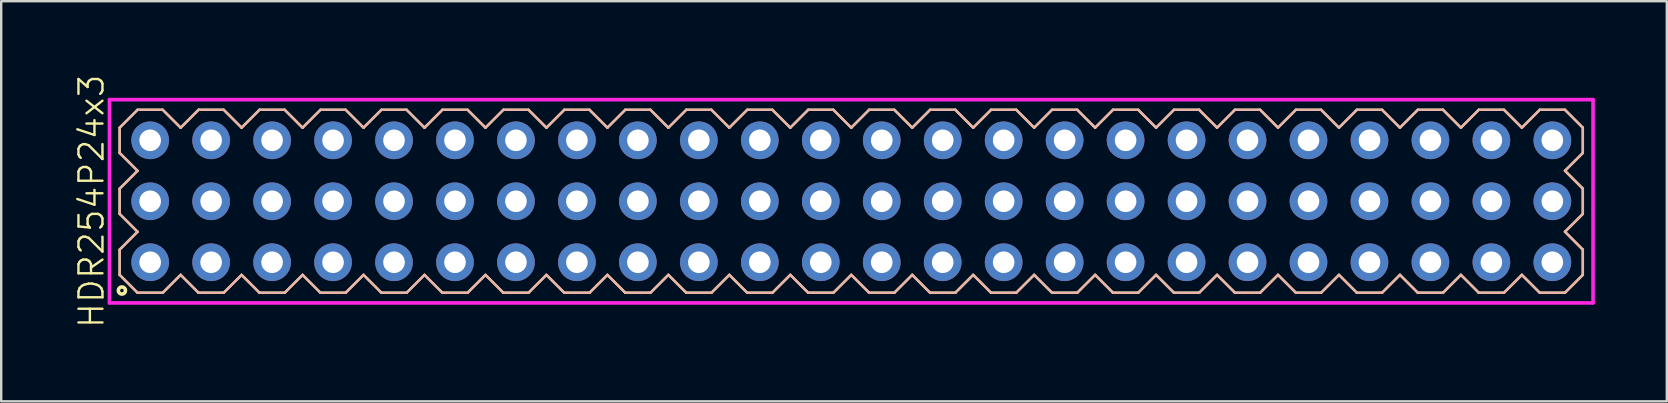
<source format=kicad_pcb>
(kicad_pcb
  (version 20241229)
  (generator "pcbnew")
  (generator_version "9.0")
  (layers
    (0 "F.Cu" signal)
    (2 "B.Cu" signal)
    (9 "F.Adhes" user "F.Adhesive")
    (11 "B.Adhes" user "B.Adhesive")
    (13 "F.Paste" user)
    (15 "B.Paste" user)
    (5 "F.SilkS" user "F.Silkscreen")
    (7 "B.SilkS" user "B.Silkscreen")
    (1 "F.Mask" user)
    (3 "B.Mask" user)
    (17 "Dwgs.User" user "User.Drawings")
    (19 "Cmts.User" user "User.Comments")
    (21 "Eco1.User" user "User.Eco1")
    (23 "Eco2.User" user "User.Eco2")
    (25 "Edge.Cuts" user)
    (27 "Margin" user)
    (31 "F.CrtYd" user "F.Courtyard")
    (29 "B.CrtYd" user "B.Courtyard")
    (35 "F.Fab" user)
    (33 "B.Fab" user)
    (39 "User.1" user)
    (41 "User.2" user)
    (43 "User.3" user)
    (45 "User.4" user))
  (footprint "HDR254P24x3"
    (layer "F.Cu")
    (at 32.416 5.336)
    (property "Reference" "HDR254P24x3" (at -31.655 0 90) (layer "F.SilkS") (effects (font (size 1 1) (thickness 0.1))))
    (attr through_hole)
    (fp_line (start -30.48 -3.066) (end -29.736 -3.81) (stroke (width 0.1) (type solid)) (layer "F.SilkS"))
    (fp_line (start -30.48 -2.014) (end -30.48 -3.066) (stroke (width 0.1) (type solid)) (layer "F.SilkS"))
    (fp_line (start -30.48 -0.526) (end -29.736 -1.27) (stroke (width 0.1) (type solid)) (layer "F.SilkS"))
    (fp_line (start -30.48 0.526) (end -30.48 -0.526) (stroke (width 0.1) (type solid)) (layer "F.SilkS"))
    (fp_line (start -30.48 2.014) (end -29.736 1.27) (stroke (width 0.1) (type solid)) (layer "F.SilkS"))
    (fp_line (start -30.48 3.066) (end -30.48 2.014) (stroke (width 0.1) (type solid)) (layer "F.SilkS"))
    (fp_line (start -29.736 -3.81) (end -28.684 -3.81) (stroke (width 0.1) (type solid)) (layer "F.SilkS"))
    (fp_line (start -29.736 -1.27) (end -30.48 -2.014) (stroke (width 0.1) (type solid)) (layer "F.SilkS"))
    (fp_line (start -29.736 1.27) (end -30.48 0.526) (stroke (width 0.1) (type solid)) (layer "F.SilkS"))
    (fp_line (start -29.736 3.81) (end -30.48 3.066) (stroke (width 0.1) (type solid)) (layer "F.SilkS"))
    (fp_line (start -28.684 -3.81) (end -27.94 -3.066) (stroke (width 0.1) (type solid)) (layer "F.SilkS"))
    (fp_line (start -28.684 3.81) (end -29.736 3.81) (stroke (width 0.1) (type solid)) (layer "F.SilkS"))
    (fp_line (start -27.94 -3.066) (end -27.196 -3.81) (stroke (width 0.1) (type solid)) (layer "F.SilkS"))
    (fp_line (start -27.94 3.066) (end -28.684 3.81) (stroke (width 0.1) (type solid)) (layer "F.SilkS"))
    (fp_line (start -27.196 -3.81) (end -26.144 -3.81) (stroke (width 0.1) (type solid)) (layer "F.SilkS"))
    (fp_line (start -27.196 3.81) (end -27.94 3.066) (stroke (width 0.1) (type solid)) (layer "F.SilkS"))
    (fp_line (start -26.144 -3.81) (end -25.4 -3.066) (stroke (width 0.1) (type solid)) (layer "F.SilkS"))
    (fp_line (start -26.144 3.81) (end -27.196 3.81) (stroke (width 0.1) (type solid)) (layer "F.SilkS"))
    (fp_line (start -25.4 -3.066) (end -24.656 -3.81) (stroke (width 0.1) (type solid)) (layer "F.SilkS"))
    (fp_line (start -25.4 3.066) (end -26.144 3.81) (stroke (width 0.1) (type solid)) (layer "F.SilkS"))
    (fp_line (start -24.656 -3.81) (end -23.604 -3.81) (stroke (width 0.1) (type solid)) (layer "F.SilkS"))
    (fp_line (start -24.656 3.81) (end -25.4 3.066) (stroke (width 0.1) (type solid)) (layer "F.SilkS"))
    (fp_line (start -23.604 -3.81) (end -22.86 -3.066) (stroke (width 0.1) (type solid)) (layer "F.SilkS"))
    (fp_line (start -23.604 3.81) (end -24.656 3.81) (stroke (width 0.1) (type solid)) (layer "F.SilkS"))
    (fp_line (start -22.86 -3.066) (end -22.116 -3.81) (stroke (width 0.1) (type solid)) (layer "F.SilkS"))
    (fp_line (start -22.86 3.066) (end -23.604 3.81) (stroke (width 0.1) (type solid)) (layer "F.SilkS"))
    (fp_line (start -22.116 -3.81) (end -21.064 -3.81) (stroke (width 0.1) (type solid)) (layer "F.SilkS"))
    (fp_line (start -22.116 3.81) (end -22.86 3.066) (stroke (width 0.1) (type solid)) (layer "F.SilkS"))
    (fp_line (start -21.064 -3.81) (end -20.32 -3.066) (stroke (width 0.1) (type solid)) (layer "F.SilkS"))
    (fp_line (start -21.064 3.81) (end -22.116 3.81) (stroke (width 0.1) (type solid)) (layer "F.SilkS"))
    (fp_line (start -20.32 -3.066) (end -19.576 -3.81) (stroke (width 0.1) (type solid)) (layer "F.SilkS"))
    (fp_line (start -20.32 3.066) (end -21.064 3.81) (stroke (width 0.1) (type solid)) (layer "F.SilkS"))
    (fp_line (start -19.576 -3.81) (end -18.524 -3.81) (stroke (width 0.1) (type solid)) (layer "F.SilkS"))
    (fp_line (start -19.576 3.81) (end -20.32 3.066) (stroke (width 0.1) (type solid)) (layer "F.SilkS"))
    (fp_line (start -18.524 -3.81) (end -17.78 -3.066) (stroke (width 0.1) (type solid)) (layer "F.SilkS"))
    (fp_line (start -18.524 3.81) (end -19.576 3.81) (stroke (width 0.1) (type solid)) (layer "F.SilkS"))
    (fp_line (start -17.78 -3.066) (end -17.036 -3.81) (stroke (width 0.1) (type solid)) (layer "F.SilkS"))
    (fp_line (start -17.78 3.066) (end -18.524 3.81) (stroke (width 0.1) (type solid)) (layer "F.SilkS"))
    (fp_line (start -17.036 -3.81) (end -15.984 -3.81) (stroke (width 0.1) (type solid)) (layer "F.SilkS"))
    (fp_line (start -17.036 3.81) (end -17.78 3.066) (stroke (width 0.1) (type solid)) (layer "F.SilkS"))
    (fp_line (start -15.984 -3.81) (end -15.24 -3.066) (stroke (width 0.1) (type solid)) (layer "F.SilkS"))
    (fp_line (start -15.984 3.81) (end -17.036 3.81) (stroke (width 0.1) (type solid)) (layer "F.SilkS"))
    (fp_line (start -15.24 -3.066) (end -14.496 -3.81) (stroke (width 0.1) (type solid)) (layer "F.SilkS"))
    (fp_line (start -15.24 3.066) (end -15.984 3.81) (stroke (width 0.1) (type solid)) (layer "F.SilkS"))
    (fp_line (start -14.496 -3.81) (end -13.444 -3.81) (stroke (width 0.1) (type solid)) (layer "F.SilkS"))
    (fp_line (start -14.496 3.81) (end -15.24 3.066) (stroke (width 0.1) (type solid)) (layer "F.SilkS"))
    (fp_line (start -13.444 -3.81) (end -12.7 -3.066) (stroke (width 0.1) (type solid)) (layer "F.SilkS"))
    (fp_line (start -13.444 3.81) (end -14.496 3.81) (stroke (width 0.1) (type solid)) (layer "F.SilkS"))
    (fp_line (start -12.7 -3.066) (end -11.956 -3.81) (stroke (width 0.1) (type solid)) (layer "F.SilkS"))
    (fp_line (start -12.7 3.066) (end -13.444 3.81) (stroke (width 0.1) (type solid)) (layer "F.SilkS"))
    (fp_line (start -11.956 -3.81) (end -10.904 -3.81) (stroke (width 0.1) (type solid)) (layer "F.SilkS"))
    (fp_line (start -11.956 3.81) (end -12.7 3.066) (stroke (width 0.1) (type solid)) (layer "F.SilkS"))
    (fp_line (start -10.904 -3.81) (end -10.16 -3.066) (stroke (width 0.1) (type solid)) (layer "F.SilkS"))
    (fp_line (start -10.904 3.81) (end -11.956 3.81) (stroke (width 0.1) (type solid)) (layer "F.SilkS"))
    (fp_line (start -10.16 -3.066) (end -9.416 -3.81) (stroke (width 0.1) (type solid)) (layer "F.SilkS"))
    (fp_line (start -10.16 3.066) (end -10.904 3.81) (stroke (width 0.1) (type solid)) (layer "F.SilkS"))
    (fp_line (start -9.416 -3.81) (end -8.364 -3.81) (stroke (width 0.1) (type solid)) (layer "F.SilkS"))
    (fp_line (start -9.416 3.81) (end -10.16 3.066) (stroke (width 0.1) (type solid)) (layer "F.SilkS"))
    (fp_line (start -8.364 -3.81) (end -7.62 -3.066) (stroke (width 0.1) (type solid)) (layer "F.SilkS"))
    (fp_line (start -8.364 3.81) (end -9.416 3.81) (stroke (width 0.1) (type solid)) (layer "F.SilkS"))
    (fp_line (start -7.62 -3.066) (end -6.876 -3.81) (stroke (width 0.1) (type solid)) (layer "F.SilkS"))
    (fp_line (start -7.62 3.066) (end -8.364 3.81) (stroke (width 0.1) (type solid)) (layer "F.SilkS"))
    (fp_line (start -6.876 -3.81) (end -5.824 -3.81) (stroke (width 0.1) (type solid)) (layer "F.SilkS"))
    (fp_line (start -6.876 3.81) (end -7.62 3.066) (stroke (width 0.1) (type solid)) (layer "F.SilkS"))
    (fp_line (start -5.824 -3.81) (end -5.08 -3.066) (stroke (width 0.1) (type solid)) (layer "F.SilkS"))
    (fp_line (start -5.824 3.81) (end -6.876 3.81) (stroke (width 0.1) (type solid)) (layer "F.SilkS"))
    (fp_line (start -5.08 -3.066) (end -4.336 -3.81) (stroke (width 0.1) (type solid)) (layer "F.SilkS"))
    (fp_line (start -5.08 3.066) (end -5.824 3.81) (stroke (width 0.1) (type solid)) (layer "F.SilkS"))
    (fp_line (start -4.336 -3.81) (end -3.284 -3.81) (stroke (width 0.1) (type solid)) (layer "F.SilkS"))
    (fp_line (start -4.336 3.81) (end -5.08 3.066) (stroke (width 0.1) (type solid)) (layer "F.SilkS"))
    (fp_line (start -3.284 -3.81) (end -2.54 -3.066) (stroke (width 0.1) (type solid)) (layer "F.SilkS"))
    (fp_line (start -3.284 3.81) (end -4.336 3.81) (stroke (width 0.1) (type solid)) (layer "F.SilkS"))
    (fp_line (start -2.54 -3.066) (end -1.796 -3.81) (stroke (width 0.1) (type solid)) (layer "F.SilkS"))
    (fp_line (start -2.54 3.066) (end -3.284 3.81) (stroke (width 0.1) (type solid)) (layer "F.SilkS"))
    (fp_line (start -1.796 -3.81) (end -0.744 -3.81) (stroke (width 0.1) (type solid)) (layer "F.SilkS"))
    (fp_line (start -1.796 3.81) (end -2.54 3.066) (stroke (width 0.1) (type solid)) (layer "F.SilkS"))
    (fp_line (start -0.744 -3.81) (end 0 -3.066) (stroke (width 0.1) (type solid)) (layer "F.SilkS"))
    (fp_line (start -0.744 3.81) (end -1.796 3.81) (stroke (width 0.1) (type solid)) (layer "F.SilkS"))
    (fp_line (start 0 -3.066) (end 0.744 -3.81) (stroke (width 0.1) (type solid)) (layer "F.SilkS"))
    (fp_line (start 0 3.066) (end -0.744 3.81) (stroke (width 0.1) (type solid)) (layer "F.SilkS"))
    (fp_line (start 0.744 -3.81) (end 1.796 -3.81) (stroke (width 0.1) (type solid)) (layer "F.SilkS"))
    (fp_line (start 0.744 3.81) (end 0 3.066) (stroke (width 0.1) (type solid)) (layer "F.SilkS"))
    (fp_line (start 1.796 -3.81) (end 2.54 -3.066) (stroke (width 0.1) (type solid)) (layer "F.SilkS"))
    (fp_line (start 1.796 3.81) (end 0.744 3.81) (stroke (width 0.1) (type solid)) (layer "F.SilkS"))
    (fp_line (start 2.54 -3.066) (end 3.284 -3.81) (stroke (width 0.1) (type solid)) (layer "F.SilkS"))
    (fp_line (start 2.54 3.066) (end 1.796 3.81) (stroke (width 0.1) (type solid)) (layer "F.SilkS"))
    (fp_line (start 3.284 -3.81) (end 4.336 -3.81) (stroke (width 0.1) (type solid)) (layer "F.SilkS"))
    (fp_line (start 3.284 3.81) (end 2.54 3.066) (stroke (width 0.1) (type solid)) (layer "F.SilkS"))
    (fp_line (start 4.336 -3.81) (end 5.08 -3.066) (stroke (width 0.1) (type solid)) (layer "F.SilkS"))
    (fp_line (start 4.336 3.81) (end 3.284 3.81) (stroke (width 0.1) (type solid)) (layer "F.SilkS"))
    (fp_line (start 5.08 -3.066) (end 5.824 -3.81) (stroke (width 0.1) (type solid)) (layer "F.SilkS"))
    (fp_line (start 5.08 3.066) (end 4.336 3.81) (stroke (width 0.1) (type solid)) (layer "F.SilkS"))
    (fp_line (start 5.824 -3.81) (end 6.876 -3.81) (stroke (width 0.1) (type solid)) (layer "F.SilkS"))
    (fp_line (start 5.824 3.81) (end 5.08 3.066) (stroke (width 0.1) (type solid)) (layer "F.SilkS"))
    (fp_line (start 6.876 -3.81) (end 7.62 -3.066) (stroke (width 0.1) (type solid)) (layer "F.SilkS"))
    (fp_line (start 6.876 3.81) (end 5.824 3.81) (stroke (width 0.1) (type solid)) (layer "F.SilkS"))
    (fp_line (start 7.62 -3.066) (end 8.364 -3.81) (stroke (width 0.1) (type solid)) (layer "F.SilkS"))
    (fp_line (start 7.62 3.066) (end 6.876 3.81) (stroke (width 0.1) (type solid)) (layer "F.SilkS"))
    (fp_line (start 8.364 -3.81) (end 9.416 -3.81) (stroke (width 0.1) (type solid)) (layer "F.SilkS"))
    (fp_line (start 8.364 3.81) (end 7.62 3.066) (stroke (width 0.1) (type solid)) (layer "F.SilkS"))
    (fp_line (start 9.416 -3.81) (end 10.16 -3.066) (stroke (width 0.1) (type solid)) (layer "F.SilkS"))
    (fp_line (start 9.416 3.81) (end 8.364 3.81) (stroke (width 0.1) (type solid)) (layer "F.SilkS"))
    (fp_line (start 10.16 -3.066) (end 10.904 -3.81) (stroke (width 0.1) (type solid)) (layer "F.SilkS"))
    (fp_line (start 10.16 3.066) (end 9.416 3.81) (stroke (width 0.1) (type solid)) (layer "F.SilkS"))
    (fp_line (start 10.904 -3.81) (end 11.956 -3.81) (stroke (width 0.1) (type solid)) (layer "F.SilkS"))
    (fp_line (start 10.904 3.81) (end 10.16 3.066) (stroke (width 0.1) (type solid)) (layer "F.SilkS"))
    (fp_line (start 11.956 -3.81) (end 12.7 -3.066) (stroke (width 0.1) (type solid)) (layer "F.SilkS"))
    (fp_line (start 11.956 3.81) (end 10.904 3.81) (stroke (width 0.1) (type solid)) (layer "F.SilkS"))
    (fp_line (start 12.7 -3.066) (end 13.444 -3.81) (stroke (width 0.1) (type solid)) (layer "F.SilkS"))
    (fp_line (start 12.7 3.066) (end 11.956 3.81) (stroke (width 0.1) (type solid)) (layer "F.SilkS"))
    (fp_line (start 13.444 -3.81) (end 14.496 -3.81) (stroke (width 0.1) (type solid)) (layer "F.SilkS"))
    (fp_line (start 13.444 3.81) (end 12.7 3.066) (stroke (width 0.1) (type solid)) (layer "F.SilkS"))
    (fp_line (start 14.496 -3.81) (end 15.24 -3.066) (stroke (width 0.1) (type solid)) (layer "F.SilkS"))
    (fp_line (start 14.496 3.81) (end 13.444 3.81) (stroke (width 0.1) (type solid)) (layer "F.SilkS"))
    (fp_line (start 15.24 -3.066) (end 15.984 -3.81) (stroke (width 0.1) (type solid)) (layer "F.SilkS"))
    (fp_line (start 15.24 3.066) (end 14.496 3.81) (stroke (width 0.1) (type solid)) (layer "F.SilkS"))
    (fp_line (start 15.984 -3.81) (end 17.036 -3.81) (stroke (width 0.1) (type solid)) (layer "F.SilkS"))
    (fp_line (start 15.984 3.81) (end 15.24 3.066) (stroke (width 0.1) (type solid)) (layer "F.SilkS"))
    (fp_line (start 17.036 -3.81) (end 17.78 -3.066) (stroke (width 0.1) (type solid)) (layer "F.SilkS"))
    (fp_line (start 17.036 3.81) (end 15.984 3.81) (stroke (width 0.1) (type solid)) (layer "F.SilkS"))
    (fp_line (start 17.78 -3.066) (end 18.524 -3.81) (stroke (width 0.1) (type solid)) (layer "F.SilkS"))
    (fp_line (start 17.78 3.066) (end 17.036 3.81) (stroke (width 0.1) (type solid)) (layer "F.SilkS"))
    (fp_line (start 18.524 -3.81) (end 19.576 -3.81) (stroke (width 0.1) (type solid)) (layer "F.SilkS"))
    (fp_line (start 18.524 3.81) (end 17.78 3.066) (stroke (width 0.1) (type solid)) (layer "F.SilkS"))
    (fp_line (start 19.576 -3.81) (end 20.32 -3.066) (stroke (width 0.1) (type solid)) (layer "F.SilkS"))
    (fp_line (start 19.576 3.81) (end 18.524 3.81) (stroke (width 0.1) (type solid)) (layer "F.SilkS"))
    (fp_line (start 20.32 -3.066) (end 21.064 -3.81) (stroke (width 0.1) (type solid)) (layer "F.SilkS"))
    (fp_line (start 20.32 3.066) (end 19.576 3.81) (stroke (width 0.1) (type solid)) (layer "F.SilkS"))
    (fp_line (start 21.064 -3.81) (end 22.116 -3.81) (stroke (width 0.1) (type solid)) (layer "F.SilkS"))
    (fp_line (start 21.064 3.81) (end 20.32 3.066) (stroke (width 0.1) (type solid)) (layer "F.SilkS"))
    (fp_line (start 22.116 -3.81) (end 22.86 -3.066) (stroke (width 0.1) (type solid)) (layer "F.SilkS"))
    (fp_line (start 22.116 3.81) (end 21.064 3.81) (stroke (width 0.1) (type solid)) (layer "F.SilkS"))
    (fp_line (start 22.86 -3.066) (end 23.604 -3.81) (stroke (width 0.1) (type solid)) (layer "F.SilkS"))
    (fp_line (start 22.86 3.066) (end 22.116 3.81) (stroke (width 0.1) (type solid)) (layer "F.SilkS"))
    (fp_line (start 23.604 -3.81) (end 24.656 -3.81) (stroke (width 0.1) (type solid)) (layer "F.SilkS"))
    (fp_line (start 23.604 3.81) (end 22.86 3.066) (stroke (width 0.1) (type solid)) (layer "F.SilkS"))
    (fp_line (start 24.656 -3.81) (end 25.4 -3.066) (stroke (width 0.1) (type solid)) (layer "F.SilkS"))
    (fp_line (start 24.656 3.81) (end 23.604 3.81) (stroke (width 0.1) (type solid)) (layer "F.SilkS"))
    (fp_line (start 25.4 -3.066) (end 26.144 -3.81) (stroke (width 0.1) (type solid)) (layer "F.SilkS"))
    (fp_line (start 25.4 3.066) (end 24.656 3.81) (stroke (width 0.1) (type solid)) (layer "F.SilkS"))
    (fp_line (start 26.144 -3.81) (end 27.196 -3.81) (stroke (width 0.1) (type solid)) (layer "F.SilkS"))
    (fp_line (start 26.144 3.81) (end 25.4 3.066) (stroke (width 0.1) (type solid)) (layer "F.SilkS"))
    (fp_line (start 27.196 -3.81) (end 27.94 -3.066) (stroke (width 0.1) (type solid)) (layer "F.SilkS"))
    (fp_line (start 27.196 3.81) (end 26.144 3.81) (stroke (width 0.1) (type solid)) (layer "F.SilkS"))
    (fp_line (start 27.94 -3.066) (end 28.684 -3.81) (stroke (width 0.1) (type solid)) (layer "F.SilkS"))
    (fp_line (start 27.94 3.066) (end 27.196 3.81) (stroke (width 0.1) (type solid)) (layer "F.SilkS"))
    (fp_line (start 28.684 -3.81) (end 29.736 -3.81) (stroke (width 0.1) (type solid)) (layer "F.SilkS"))
    (fp_line (start 28.684 3.81) (end 27.94 3.066) (stroke (width 0.1) (type solid)) (layer "F.SilkS"))
    (fp_line (start 29.736 -3.81) (end 30.48 -3.066) (stroke (width 0.1) (type solid)) (layer "F.SilkS"))
    (fp_line (start 29.736 -1.27) (end 30.48 -0.526) (stroke (width 0.1) (type solid)) (layer "F.SilkS"))
    (fp_line (start 29.736 1.27) (end 30.48 2.014) (stroke (width 0.1) (type solid)) (layer "F.SilkS"))
    (fp_line (start 29.736 3.81) (end 28.684 3.81) (stroke (width 0.1) (type solid)) (layer "F.SilkS"))
    (fp_line (start 30.48 -3.066) (end 30.48 -2.014) (stroke (width 0.1) (type solid)) (layer "F.SilkS"))
    (fp_line (start 30.48 -2.014) (end 29.736 -1.27) (stroke (width 0.1) (type solid)) (layer "F.SilkS"))
    (fp_line (start 30.48 -0.526) (end 30.48 0.526) (stroke (width 0.1) (type solid)) (layer "F.SilkS"))
    (fp_line (start 30.48 0.526) (end 29.736 1.27) (stroke (width 0.1) (type solid)) (layer "F.SilkS"))
    (fp_line (start 30.48 2.014) (end 30.48 3.066) (stroke (width 0.1) (type solid)) (layer "F.SilkS"))
    (fp_line (start 30.48 3.066) (end 29.736 3.81) (stroke (width 0.1) (type solid)) (layer "F.SilkS"))
    (fp_circle (center -30.387 3.718) (end -30.238 3.718) (stroke (width 0.15) (type solid)) (fill no) (layer "F.SilkS"))
    (fp_line (start -30.48 -3.066) (end -29.736 -3.81) (stroke (width 0.1) (type solid)) (layer "B.SilkS"))
    (fp_line (start -30.48 -2.014) (end -30.48 -3.066) (stroke (width 0.1) (type solid)) (layer "B.SilkS"))
    (fp_line (start -30.48 -0.526) (end -29.736 -1.27) (stroke (width 0.1) (type solid)) (layer "B.SilkS"))
    (fp_line (start -30.48 0.526) (end -30.48 -0.526) (stroke (width 0.1) (type solid)) (layer "B.SilkS"))
    (fp_line (start -30.48 2.014) (end -29.736 1.27) (stroke (width 0.1) (type solid)) (layer "B.SilkS"))
    (fp_line (start -30.48 3.066) (end -30.48 2.014) (stroke (width 0.1) (type solid)) (layer "B.SilkS"))
    (fp_line (start -29.736 -3.81) (end -28.684 -3.81) (stroke (width 0.1) (type solid)) (layer "B.SilkS"))
    (fp_line (start -29.736 -1.27) (end -30.48 -2.014) (stroke (width 0.1) (type solid)) (layer "B.SilkS"))
    (fp_line (start -29.736 1.27) (end -30.48 0.526) (stroke (width 0.1) (type solid)) (layer "B.SilkS"))
    (fp_line (start -29.736 3.81) (end -30.48 3.066) (stroke (width 0.1) (type solid)) (layer "B.SilkS"))
    (fp_line (start -28.684 -3.81) (end -27.94 -3.066) (stroke (width 0.1) (type solid)) (layer "B.SilkS"))
    (fp_line (start -28.684 3.81) (end -29.736 3.81) (stroke (width 0.1) (type solid)) (layer "B.SilkS"))
    (fp_line (start -27.94 -3.066) (end -27.196 -3.81) (stroke (width 0.1) (type solid)) (layer "B.SilkS"))
    (fp_line (start -27.94 3.066) (end -28.684 3.81) (stroke (width 0.1) (type solid)) (layer "B.SilkS"))
    (fp_line (start -27.196 -3.81) (end -26.144 -3.81) (stroke (width 0.1) (type solid)) (layer "B.SilkS"))
    (fp_line (start -27.196 3.81) (end -27.94 3.066) (stroke (width 0.1) (type solid)) (layer "B.SilkS"))
    (fp_line (start -26.144 -3.81) (end -25.4 -3.066) (stroke (width 0.1) (type solid)) (layer "B.SilkS"))
    (fp_line (start -26.144 3.81) (end -27.196 3.81) (stroke (width 0.1) (type solid)) (layer "B.SilkS"))
    (fp_line (start -25.4 -3.066) (end -24.656 -3.81) (stroke (width 0.1) (type solid)) (layer "B.SilkS"))
    (fp_line (start -25.4 3.066) (end -26.144 3.81) (stroke (width 0.1) (type solid)) (layer "B.SilkS"))
    (fp_line (start -24.656 -3.81) (end -23.604 -3.81) (stroke (width 0.1) (type solid)) (layer "B.SilkS"))
    (fp_line (start -24.656 3.81) (end -25.4 3.066) (stroke (width 0.1) (type solid)) (layer "B.SilkS"))
    (fp_line (start -23.604 -3.81) (end -22.86 -3.066) (stroke (width 0.1) (type solid)) (layer "B.SilkS"))
    (fp_line (start -23.604 3.81) (end -24.656 3.81) (stroke (width 0.1) (type solid)) (layer "B.SilkS"))
    (fp_line (start -22.86 -3.066) (end -22.116 -3.81) (stroke (width 0.1) (type solid)) (layer "B.SilkS"))
    (fp_line (start -22.86 3.066) (end -23.604 3.81) (stroke (width 0.1) (type solid)) (layer "B.SilkS"))
    (fp_line (start -22.116 -3.81) (end -21.064 -3.81) (stroke (width 0.1) (type solid)) (layer "B.SilkS"))
    (fp_line (start -22.116 3.81) (end -22.86 3.066) (stroke (width 0.1) (type solid)) (layer "B.SilkS"))
    (fp_line (start -21.064 -3.81) (end -20.32 -3.066) (stroke (width 0.1) (type solid)) (layer "B.SilkS"))
    (fp_line (start -21.064 3.81) (end -22.116 3.81) (stroke (width 0.1) (type solid)) (layer "B.SilkS"))
    (fp_line (start -20.32 -3.066) (end -19.576 -3.81) (stroke (width 0.1) (type solid)) (layer "B.SilkS"))
    (fp_line (start -20.32 3.066) (end -21.064 3.81) (stroke (width 0.1) (type solid)) (layer "B.SilkS"))
    (fp_line (start -19.576 -3.81) (end -18.524 -3.81) (stroke (width 0.1) (type solid)) (layer "B.SilkS"))
    (fp_line (start -19.576 3.81) (end -20.32 3.066) (stroke (width 0.1) (type solid)) (layer "B.SilkS"))
    (fp_line (start -18.524 -3.81) (end -17.78 -3.066) (stroke (width 0.1) (type solid)) (layer "B.SilkS"))
    (fp_line (start -18.524 3.81) (end -19.576 3.81) (stroke (width 0.1) (type solid)) (layer "B.SilkS"))
    (fp_line (start -17.78 -3.066) (end -17.036 -3.81) (stroke (width 0.1) (type solid)) (layer "B.SilkS"))
    (fp_line (start -17.78 3.066) (end -18.524 3.81) (stroke (width 0.1) (type solid)) (layer "B.SilkS"))
    (fp_line (start -17.036 -3.81) (end -15.984 -3.81) (stroke (width 0.1) (type solid)) (layer "B.SilkS"))
    (fp_line (start -17.036 3.81) (end -17.78 3.066) (stroke (width 0.1) (type solid)) (layer "B.SilkS"))
    (fp_line (start -15.984 -3.81) (end -15.24 -3.066) (stroke (width 0.1) (type solid)) (layer "B.SilkS"))
    (fp_line (start -15.984 3.81) (end -17.036 3.81) (stroke (width 0.1) (type solid)) (layer "B.SilkS"))
    (fp_line (start -15.24 -3.066) (end -14.496 -3.81) (stroke (width 0.1) (type solid)) (layer "B.SilkS"))
    (fp_line (start -15.24 3.066) (end -15.984 3.81) (stroke (width 0.1) (type solid)) (layer "B.SilkS"))
    (fp_line (start -14.496 -3.81) (end -13.444 -3.81) (stroke (width 0.1) (type solid)) (layer "B.SilkS"))
    (fp_line (start -14.496 3.81) (end -15.24 3.066) (stroke (width 0.1) (type solid)) (layer "B.SilkS"))
    (fp_line (start -13.444 -3.81) (end -12.7 -3.066) (stroke (width 0.1) (type solid)) (layer "B.SilkS"))
    (fp_line (start -13.444 3.81) (end -14.496 3.81) (stroke (width 0.1) (type solid)) (layer "B.SilkS"))
    (fp_line (start -12.7 -3.066) (end -11.956 -3.81) (stroke (width 0.1) (type solid)) (layer "B.SilkS"))
    (fp_line (start -12.7 3.066) (end -13.444 3.81) (stroke (width 0.1) (type solid)) (layer "B.SilkS"))
    (fp_line (start -11.956 -3.81) (end -10.904 -3.81) (stroke (width 0.1) (type solid)) (layer "B.SilkS"))
    (fp_line (start -11.956 3.81) (end -12.7 3.066) (stroke (width 0.1) (type solid)) (layer "B.SilkS"))
    (fp_line (start -10.904 -3.81) (end -10.16 -3.066) (stroke (width 0.1) (type solid)) (layer "B.SilkS"))
    (fp_line (start -10.904 3.81) (end -11.956 3.81) (stroke (width 0.1) (type solid)) (layer "B.SilkS"))
    (fp_line (start -10.16 -3.066) (end -9.416 -3.81) (stroke (width 0.1) (type solid)) (layer "B.SilkS"))
    (fp_line (start -10.16 3.066) (end -10.904 3.81) (stroke (width 0.1) (type solid)) (layer "B.SilkS"))
    (fp_line (start -9.416 -3.81) (end -8.364 -3.81) (stroke (width 0.1) (type solid)) (layer "B.SilkS"))
    (fp_line (start -9.416 3.81) (end -10.16 3.066) (stroke (width 0.1) (type solid)) (layer "B.SilkS"))
    (fp_line (start -8.364 -3.81) (end -7.62 -3.066) (stroke (width 0.1) (type solid)) (layer "B.SilkS"))
    (fp_line (start -8.364 3.81) (end -9.416 3.81) (stroke (width 0.1) (type solid)) (layer "B.SilkS"))
    (fp_line (start -7.62 -3.066) (end -6.876 -3.81) (stroke (width 0.1) (type solid)) (layer "B.SilkS"))
    (fp_line (start -7.62 3.066) (end -8.364 3.81) (stroke (width 0.1) (type solid)) (layer "B.SilkS"))
    (fp_line (start -6.876 -3.81) (end -5.824 -3.81) (stroke (width 0.1) (type solid)) (layer "B.SilkS"))
    (fp_line (start -6.876 3.81) (end -7.62 3.066) (stroke (width 0.1) (type solid)) (layer "B.SilkS"))
    (fp_line (start -5.824 -3.81) (end -5.08 -3.066) (stroke (width 0.1) (type solid)) (layer "B.SilkS"))
    (fp_line (start -5.824 3.81) (end -6.876 3.81) (stroke (width 0.1) (type solid)) (layer "B.SilkS"))
    (fp_line (start -5.08 -3.066) (end -4.336 -3.81) (stroke (width 0.1) (type solid)) (layer "B.SilkS"))
    (fp_line (start -5.08 3.066) (end -5.824 3.81) (stroke (width 0.1) (type solid)) (layer "B.SilkS"))
    (fp_line (start -4.336 -3.81) (end -3.284 -3.81) (stroke (width 0.1) (type solid)) (layer "B.SilkS"))
    (fp_line (start -4.336 3.81) (end -5.08 3.066) (stroke (width 0.1) (type solid)) (layer "B.SilkS"))
    (fp_line (start -3.284 -3.81) (end -2.54 -3.066) (stroke (width 0.1) (type solid)) (layer "B.SilkS"))
    (fp_line (start -3.284 3.81) (end -4.336 3.81) (stroke (width 0.1) (type solid)) (layer "B.SilkS"))
    (fp_line (start -2.54 -3.066) (end -1.796 -3.81) (stroke (width 0.1) (type solid)) (layer "B.SilkS"))
    (fp_line (start -2.54 3.066) (end -3.284 3.81) (stroke (width 0.1) (type solid)) (layer "B.SilkS"))
    (fp_line (start -1.796 -3.81) (end -0.744 -3.81) (stroke (width 0.1) (type solid)) (layer "B.SilkS"))
    (fp_line (start -1.796 3.81) (end -2.54 3.066) (stroke (width 0.1) (type solid)) (layer "B.SilkS"))
    (fp_line (start -0.744 -3.81) (end 0 -3.066) (stroke (width 0.1) (type solid)) (layer "B.SilkS"))
    (fp_line (start -0.744 3.81) (end -1.796 3.81) (stroke (width 0.1) (type solid)) (layer "B.SilkS"))
    (fp_line (start 0 -3.066) (end 0.744 -3.81) (stroke (width 0.1) (type solid)) (layer "B.SilkS"))
    (fp_line (start 0 3.066) (end -0.744 3.81) (stroke (width 0.1) (type solid)) (layer "B.SilkS"))
    (fp_line (start 0.744 -3.81) (end 1.796 -3.81) (stroke (width 0.1) (type solid)) (layer "B.SilkS"))
    (fp_line (start 0.744 3.81) (end 0 3.066) (stroke (width 0.1) (type solid)) (layer "B.SilkS"))
    (fp_line (start 1.796 -3.81) (end 2.54 -3.066) (stroke (width 0.1) (type solid)) (layer "B.SilkS"))
    (fp_line (start 1.796 3.81) (end 0.744 3.81) (stroke (width 0.1) (type solid)) (layer "B.SilkS"))
    (fp_line (start 2.54 -3.066) (end 3.284 -3.81) (stroke (width 0.1) (type solid)) (layer "B.SilkS"))
    (fp_line (start 2.54 3.066) (end 1.796 3.81) (stroke (width 0.1) (type solid)) (layer "B.SilkS"))
    (fp_line (start 3.284 -3.81) (end 4.336 -3.81) (stroke (width 0.1) (type solid)) (layer "B.SilkS"))
    (fp_line (start 3.284 3.81) (end 2.54 3.066) (stroke (width 0.1) (type solid)) (layer "B.SilkS"))
    (fp_line (start 4.336 -3.81) (end 5.08 -3.066) (stroke (width 0.1) (type solid)) (layer "B.SilkS"))
    (fp_line (start 4.336 3.81) (end 3.284 3.81) (stroke (width 0.1) (type solid)) (layer "B.SilkS"))
    (fp_line (start 5.08 -3.066) (end 5.824 -3.81) (stroke (width 0.1) (type solid)) (layer "B.SilkS"))
    (fp_line (start 5.08 3.066) (end 4.336 3.81) (stroke (width 0.1) (type solid)) (layer "B.SilkS"))
    (fp_line (start 5.824 -3.81) (end 6.876 -3.81) (stroke (width 0.1) (type solid)) (layer "B.SilkS"))
    (fp_line (start 5.824 3.81) (end 5.08 3.066) (stroke (width 0.1) (type solid)) (layer "B.SilkS"))
    (fp_line (start 6.876 -3.81) (end 7.62 -3.066) (stroke (width 0.1) (type solid)) (layer "B.SilkS"))
    (fp_line (start 6.876 3.81) (end 5.824 3.81) (stroke (width 0.1) (type solid)) (layer "B.SilkS"))
    (fp_line (start 7.62 -3.066) (end 8.364 -3.81) (stroke (width 0.1) (type solid)) (layer "B.SilkS"))
    (fp_line (start 7.62 3.066) (end 6.876 3.81) (stroke (width 0.1) (type solid)) (layer "B.SilkS"))
    (fp_line (start 8.364 -3.81) (end 9.416 -3.81) (stroke (width 0.1) (type solid)) (layer "B.SilkS"))
    (fp_line (start 8.364 3.81) (end 7.62 3.066) (stroke (width 0.1) (type solid)) (layer "B.SilkS"))
    (fp_line (start 9.416 -3.81) (end 10.16 -3.066) (stroke (width 0.1) (type solid)) (layer "B.SilkS"))
    (fp_line (start 9.416 3.81) (end 8.364 3.81) (stroke (width 0.1) (type solid)) (layer "B.SilkS"))
    (fp_line (start 10.16 -3.066) (end 10.904 -3.81) (stroke (width 0.1) (type solid)) (layer "B.SilkS"))
    (fp_line (start 10.16 3.066) (end 9.416 3.81) (stroke (width 0.1) (type solid)) (layer "B.SilkS"))
    (fp_line (start 10.904 -3.81) (end 11.956 -3.81) (stroke (width 0.1) (type solid)) (layer "B.SilkS"))
    (fp_line (start 10.904 3.81) (end 10.16 3.066) (stroke (width 0.1) (type solid)) (layer "B.SilkS"))
    (fp_line (start 11.956 -3.81) (end 12.7 -3.066) (stroke (width 0.1) (type solid)) (layer "B.SilkS"))
    (fp_line (start 11.956 3.81) (end 10.904 3.81) (stroke (width 0.1) (type solid)) (layer "B.SilkS"))
    (fp_line (start 12.7 -3.066) (end 13.444 -3.81) (stroke (width 0.1) (type solid)) (layer "B.SilkS"))
    (fp_line (start 12.7 3.066) (end 11.956 3.81) (stroke (width 0.1) (type solid)) (layer "B.SilkS"))
    (fp_line (start 13.444 -3.81) (end 14.496 -3.81) (stroke (width 0.1) (type solid)) (layer "B.SilkS"))
    (fp_line (start 13.444 3.81) (end 12.7 3.066) (stroke (width 0.1) (type solid)) (layer "B.SilkS"))
    (fp_line (start 14.496 -3.81) (end 15.24 -3.066) (stroke (width 0.1) (type solid)) (layer "B.SilkS"))
    (fp_line (start 14.496 3.81) (end 13.444 3.81) (stroke (width 0.1) (type solid)) (layer "B.SilkS"))
    (fp_line (start 15.24 -3.066) (end 15.984 -3.81) (stroke (width 0.1) (type solid)) (layer "B.SilkS"))
    (fp_line (start 15.24 3.066) (end 14.496 3.81) (stroke (width 0.1) (type solid)) (layer "B.SilkS"))
    (fp_line (start 15.984 -3.81) (end 17.036 -3.81) (stroke (width 0.1) (type solid)) (layer "B.SilkS"))
    (fp_line (start 15.984 3.81) (end 15.24 3.066) (stroke (width 0.1) (type solid)) (layer "B.SilkS"))
    (fp_line (start 17.036 -3.81) (end 17.78 -3.066) (stroke (width 0.1) (type solid)) (layer "B.SilkS"))
    (fp_line (start 17.036 3.81) (end 15.984 3.81) (stroke (width 0.1) (type solid)) (layer "B.SilkS"))
    (fp_line (start 17.78 -3.066) (end 18.524 -3.81) (stroke (width 0.1) (type solid)) (layer "B.SilkS"))
    (fp_line (start 17.78 3.066) (end 17.036 3.81) (stroke (width 0.1) (type solid)) (layer "B.SilkS"))
    (fp_line (start 18.524 -3.81) (end 19.576 -3.81) (stroke (width 0.1) (type solid)) (layer "B.SilkS"))
    (fp_line (start 18.524 3.81) (end 17.78 3.066) (stroke (width 0.1) (type solid)) (layer "B.SilkS"))
    (fp_line (start 19.576 -3.81) (end 20.32 -3.066) (stroke (width 0.1) (type solid)) (layer "B.SilkS"))
    (fp_line (start 19.576 3.81) (end 18.524 3.81) (stroke (width 0.1) (type solid)) (layer "B.SilkS"))
    (fp_line (start 20.32 -3.066) (end 21.064 -3.81) (stroke (width 0.1) (type solid)) (layer "B.SilkS"))
    (fp_line (start 20.32 3.066) (end 19.576 3.81) (stroke (width 0.1) (type solid)) (layer "B.SilkS"))
    (fp_line (start 21.064 -3.81) (end 22.116 -3.81) (stroke (width 0.1) (type solid)) (layer "B.SilkS"))
    (fp_line (start 21.064 3.81) (end 20.32 3.066) (stroke (width 0.1) (type solid)) (layer "B.SilkS"))
    (fp_line (start 22.116 -3.81) (end 22.86 -3.066) (stroke (width 0.1) (type solid)) (layer "B.SilkS"))
    (fp_line (start 22.116 3.81) (end 21.064 3.81) (stroke (width 0.1) (type solid)) (layer "B.SilkS"))
    (fp_line (start 22.86 -3.066) (end 23.604 -3.81) (stroke (width 0.1) (type solid)) (layer "B.SilkS"))
    (fp_line (start 22.86 3.066) (end 22.116 3.81) (stroke (width 0.1) (type solid)) (layer "B.SilkS"))
    (fp_line (start 23.604 -3.81) (end 24.656 -3.81) (stroke (width 0.1) (type solid)) (layer "B.SilkS"))
    (fp_line (start 23.604 3.81) (end 22.86 3.066) (stroke (width 0.1) (type solid)) (layer "B.SilkS"))
    (fp_line (start 24.656 -3.81) (end 25.4 -3.066) (stroke (width 0.1) (type solid)) (layer "B.SilkS"))
    (fp_line (start 24.656 3.81) (end 23.604 3.81) (stroke (width 0.1) (type solid)) (layer "B.SilkS"))
    (fp_line (start 25.4 -3.066) (end 26.144 -3.81) (stroke (width 0.1) (type solid)) (layer "B.SilkS"))
    (fp_line (start 25.4 3.066) (end 24.656 3.81) (stroke (width 0.1) (type solid)) (layer "B.SilkS"))
    (fp_line (start 26.144 -3.81) (end 27.196 -3.81) (stroke (width 0.1) (type solid)) (layer "B.SilkS"))
    (fp_line (start 26.144 3.81) (end 25.4 3.066) (stroke (width 0.1) (type solid)) (layer "B.SilkS"))
    (fp_line (start 27.196 -3.81) (end 27.94 -3.066) (stroke (width 0.1) (type solid)) (layer "B.SilkS"))
    (fp_line (start 27.196 3.81) (end 26.144 3.81) (stroke (width 0.1) (type solid)) (layer "B.SilkS"))
    (fp_line (start 27.94 -3.066) (end 28.684 -3.81) (stroke (width 0.1) (type solid)) (layer "B.SilkS"))
    (fp_line (start 27.94 3.066) (end 27.196 3.81) (stroke (width 0.1) (type solid)) (layer "B.SilkS"))
    (fp_line (start 28.684 -3.81) (end 29.736 -3.81) (stroke (width 0.1) (type solid)) (layer "B.SilkS"))
    (fp_line (start 28.684 3.81) (end 27.94 3.066) (stroke (width 0.1) (type solid)) (layer "B.SilkS"))
    (fp_line (start 29.736 -3.81) (end 30.48 -3.066) (stroke (width 0.1) (type solid)) (layer "B.SilkS"))
    (fp_line (start 29.736 -1.27) (end 30.48 -0.526) (stroke (width 0.1) (type solid)) (layer "B.SilkS"))
    (fp_line (start 29.736 1.27) (end 30.48 2.014) (stroke (width 0.1) (type solid)) (layer "B.SilkS"))
    (fp_line (start 29.736 3.81) (end 28.684 3.81) (stroke (width 0.1) (type solid)) (layer "B.SilkS"))
    (fp_line (start 30.48 -3.066) (end 30.48 -2.014) (stroke (width 0.1) (type solid)) (layer "B.SilkS"))
    (fp_line (start 30.48 -2.014) (end 29.736 -1.27) (stroke (width 0.1) (type solid)) (layer "B.SilkS"))
    (fp_line (start 30.48 -0.526) (end 30.48 0.526) (stroke (width 0.1) (type solid)) (layer "B.SilkS"))
    (fp_line (start 30.48 0.526) (end 29.736 1.27) (stroke (width 0.1) (type solid)) (layer "B.SilkS"))
    (fp_line (start 30.48 2.014) (end 30.48 3.066) (stroke (width 0.1) (type solid)) (layer "B.SilkS"))
    (fp_line (start 30.48 3.066) (end 29.736 3.81) (stroke (width 0.1) (type solid)) (layer "B.SilkS"))
    (fp_line (start -30.905 -4.235) (end -30.905 4.235) (stroke (width 0.15) (type solid)) (layer "F.CrtYd"))
    (fp_line (start -30.905 4.235) (end 30.905 4.235) (stroke (width 0.15) (type solid)) (layer "F.CrtYd"))
    (fp_line (start 30.905 -4.235) (end -30.905 -4.235) (stroke (width 0.15) (type solid)) (layer "F.CrtYd"))
    (fp_line (start 30.905 4.235) (end 30.905 -4.235) (stroke (width 0.15) (type solid)) (layer "F.CrtYd"))
    (pad "1" thru_hole oval (at -29.21 2.54) (size 1.57 1.57) (drill 0.9) (layers "*.Cu" "*.Mask"))
    (pad "2" thru_hole oval (at -29.21 0) (size 1.57 1.57) (drill 0.9) (layers "*.Cu" "*.Mask"))
    (pad "3" thru_hole oval (at -29.21 -2.54) (size 1.57 1.57) (drill 0.9) (layers "*.Cu" "*.Mask"))
    (pad "4" thru_hole oval (at -26.67 2.54) (size 1.57 1.57) (drill 0.9) (layers "*.Cu" "*.Mask"))
    (pad "5" thru_hole oval (at -26.67 0) (size 1.57 1.57) (drill 0.9) (layers "*.Cu" "*.Mask"))
    (pad "6" thru_hole oval (at -26.67 -2.54) (size 1.57 1.57) (drill 0.9) (layers "*.Cu" "*.Mask"))
    (pad "7" thru_hole oval (at -24.13 2.54) (size 1.57 1.57) (drill 0.9) (layers "*.Cu" "*.Mask"))
    (pad "8" thru_hole oval (at -24.13 0) (size 1.57 1.57) (drill 0.9) (layers "*.Cu" "*.Mask"))
    (pad "9" thru_hole oval (at -24.13 -2.54) (size 1.57 1.57) (drill 0.9) (layers "*.Cu" "*.Mask"))
    (pad "10" thru_hole oval (at -21.59 2.54) (size 1.57 1.57) (drill 0.9) (layers "*.Cu" "*.Mask"))
    (pad "11" thru_hole oval (at -21.59 0) (size 1.57 1.57) (drill 0.9) (layers "*.Cu" "*.Mask"))
    (pad "12" thru_hole oval (at -21.59 -2.54) (size 1.57 1.57) (drill 0.9) (layers "*.Cu" "*.Mask"))
    (pad "13" thru_hole oval (at -19.05 2.54) (size 1.57 1.57) (drill 0.9) (layers "*.Cu" "*.Mask"))
    (pad "14" thru_hole oval (at -19.05 0) (size 1.57 1.57) (drill 0.9) (layers "*.Cu" "*.Mask"))
    (pad "15" thru_hole oval (at -19.05 -2.54) (size 1.57 1.57) (drill 0.9) (layers "*.Cu" "*.Mask"))
    (pad "16" thru_hole oval (at -16.51 2.54) (size 1.57 1.57) (drill 0.9) (layers "*.Cu" "*.Mask"))
    (pad "17" thru_hole oval (at -16.51 0) (size 1.57 1.57) (drill 0.9) (layers "*.Cu" "*.Mask"))
    (pad "18" thru_hole oval (at -16.51 -2.54) (size 1.57 1.57) (drill 0.9) (layers "*.Cu" "*.Mask"))
    (pad "19" thru_hole oval (at -13.97 2.54) (size 1.57 1.57) (drill 0.9) (layers "*.Cu" "*.Mask"))
    (pad "20" thru_hole oval (at -13.97 0) (size 1.57 1.57) (drill 0.9) (layers "*.Cu" "*.Mask"))
    (pad "21" thru_hole oval (at -13.97 -2.54) (size 1.57 1.57) (drill 0.9) (layers "*.Cu" "*.Mask"))
    (pad "22" thru_hole oval (at -11.43 2.54) (size 1.57 1.57) (drill 0.9) (layers "*.Cu" "*.Mask"))
    (pad "23" thru_hole oval (at -11.43 0) (size 1.57 1.57) (drill 0.9) (layers "*.Cu" "*.Mask"))
    (pad "24" thru_hole oval (at -11.43 -2.54) (size 1.57 1.57) (drill 0.9) (layers "*.Cu" "*.Mask"))
    (pad "25" thru_hole oval (at -8.89 2.54) (size 1.57 1.57) (drill 0.9) (layers "*.Cu" "*.Mask"))
    (pad "26" thru_hole oval (at -8.89 0) (size 1.57 1.57) (drill 0.9) (layers "*.Cu" "*.Mask"))
    (pad "27" thru_hole oval (at -8.89 -2.54) (size 1.57 1.57) (drill 0.9) (layers "*.Cu" "*.Mask"))
    (pad "28" thru_hole oval (at -6.35 2.54) (size 1.57 1.57) (drill 0.9) (layers "*.Cu" "*.Mask"))
    (pad "29" thru_hole oval (at -6.35 0) (size 1.57 1.57) (drill 0.9) (layers "*.Cu" "*.Mask"))
    (pad "30" thru_hole oval (at -6.35 -2.54) (size 1.57 1.57) (drill 0.9) (layers "*.Cu" "*.Mask"))
    (pad "31" thru_hole oval (at -3.81 2.54) (size 1.57 1.57) (drill 0.9) (layers "*.Cu" "*.Mask"))
    (pad "32" thru_hole oval (at -3.81 0) (size 1.57 1.57) (drill 0.9) (layers "*.Cu" "*.Mask"))
    (pad "33" thru_hole oval (at -3.81 -2.54) (size 1.57 1.57) (drill 0.9) (layers "*.Cu" "*.Mask"))
    (pad "34" thru_hole oval (at -1.27 2.54) (size 1.57 1.57) (drill 0.9) (layers "*.Cu" "*.Mask"))
    (pad "35" thru_hole oval (at -1.27 0) (size 1.57 1.57) (drill 0.9) (layers "*.Cu" "*.Mask"))
    (pad "36" thru_hole oval (at -1.27 -2.54) (size 1.57 1.57) (drill 0.9) (layers "*.Cu" "*.Mask"))
    (pad "37" thru_hole oval (at 1.27 2.54) (size 1.57 1.57) (drill 0.9) (layers "*.Cu" "*.Mask"))
    (pad "38" thru_hole oval (at 1.27 0) (size 1.57 1.57) (drill 0.9) (layers "*.Cu" "*.Mask"))
    (pad "39" thru_hole oval (at 1.27 -2.54) (size 1.57 1.57) (drill 0.9) (layers "*.Cu" "*.Mask"))
    (pad "40" thru_hole oval (at 3.81 2.54) (size 1.57 1.57) (drill 0.9) (layers "*.Cu" "*.Mask"))
    (pad "41" thru_hole oval (at 3.81 0) (size 1.57 1.57) (drill 0.9) (layers "*.Cu" "*.Mask"))
    (pad "42" thru_hole oval (at 3.81 -2.54) (size 1.57 1.57) (drill 0.9) (layers "*.Cu" "*.Mask"))
    (pad "43" thru_hole oval (at 6.35 2.54) (size 1.57 1.57) (drill 0.9) (layers "*.Cu" "*.Mask"))
    (pad "44" thru_hole oval (at 6.35 0) (size 1.57 1.57) (drill 0.9) (layers "*.Cu" "*.Mask"))
    (pad "45" thru_hole oval (at 6.35 -2.54) (size 1.57 1.57) (drill 0.9) (layers "*.Cu" "*.Mask"))
    (pad "46" thru_hole oval (at 8.89 2.54) (size 1.57 1.57) (drill 0.9) (layers "*.Cu" "*.Mask"))
    (pad "47" thru_hole oval (at 8.89 0) (size 1.57 1.57) (drill 0.9) (layers "*.Cu" "*.Mask"))
    (pad "48" thru_hole oval (at 8.89 -2.54) (size 1.57 1.57) (drill 0.9) (layers "*.Cu" "*.Mask"))
    (pad "49" thru_hole oval (at 11.43 2.54) (size 1.57 1.57) (drill 0.9) (layers "*.Cu" "*.Mask"))
    (pad "50" thru_hole oval (at 11.43 0) (size 1.57 1.57) (drill 0.9) (layers "*.Cu" "*.Mask"))
    (pad "51" thru_hole oval (at 11.43 -2.54) (size 1.57 1.57) (drill 0.9) (layers "*.Cu" "*.Mask"))
    (pad "52" thru_hole oval (at 13.97 2.54) (size 1.57 1.57) (drill 0.9) (layers "*.Cu" "*.Mask"))
    (pad "53" thru_hole oval (at 13.97 0) (size 1.57 1.57) (drill 0.9) (layers "*.Cu" "*.Mask"))
    (pad "54" thru_hole oval (at 13.97 -2.54) (size 1.57 1.57) (drill 0.9) (layers "*.Cu" "*.Mask"))
    (pad "55" thru_hole oval (at 16.51 2.54) (size 1.57 1.57) (drill 0.9) (layers "*.Cu" "*.Mask"))
    (pad "56" thru_hole oval (at 16.51 0) (size 1.57 1.57) (drill 0.9) (layers "*.Cu" "*.Mask"))
    (pad "57" thru_hole oval (at 16.51 -2.54) (size 1.57 1.57) (drill 0.9) (layers "*.Cu" "*.Mask"))
    (pad "58" thru_hole oval (at 19.05 2.54) (size 1.57 1.57) (drill 0.9) (layers "*.Cu" "*.Mask"))
    (pad "59" thru_hole oval (at 19.05 0) (size 1.57 1.57) (drill 0.9) (layers "*.Cu" "*.Mask"))
    (pad "60" thru_hole oval (at 19.05 -2.54) (size 1.57 1.57) (drill 0.9) (layers "*.Cu" "*.Mask"))
    (pad "61" thru_hole oval (at 21.59 2.54) (size 1.57 1.57) (drill 0.9) (layers "*.Cu" "*.Mask"))
    (pad "62" thru_hole oval (at 21.59 0) (size 1.57 1.57) (drill 0.9) (layers "*.Cu" "*.Mask"))
    (pad "63" thru_hole oval (at 21.59 -2.54) (size 1.57 1.57) (drill 0.9) (layers "*.Cu" "*.Mask"))
    (pad "64" thru_hole oval (at 24.13 2.54) (size 1.57 1.57) (drill 0.9) (layers "*.Cu" "*.Mask"))
    (pad "65" thru_hole oval (at 24.13 0) (size 1.57 1.57) (drill 0.9) (layers "*.Cu" "*.Mask"))
    (pad "66" thru_hole oval (at 24.13 -2.54) (size 1.57 1.57) (drill 0.9) (layers "*.Cu" "*.Mask"))
    (pad "67" thru_hole oval (at 26.67 2.54) (size 1.57 1.57) (drill 0.9) (layers "*.Cu" "*.Mask"))
    (pad "68" thru_hole oval (at 26.67 0) (size 1.57 1.57) (drill 0.9) (layers "*.Cu" "*.Mask"))
    (pad "69" thru_hole oval (at 26.67 -2.54) (size 1.57 1.57) (drill 0.9) (layers "*.Cu" "*.Mask"))
    (pad "70" thru_hole oval (at 29.21 2.54) (size 1.57 1.57) (drill 0.9) (layers "*.Cu" "*.Mask"))
    (pad "71" thru_hole oval (at 29.21 0) (size 1.57 1.57) (drill 0.9) (layers "*.Cu" "*.Mask"))
    (pad "72" thru_hole oval (at 29.21 -2.54) (size 1.57 1.57) (drill 0.9) (layers "*.Cu" "*.Mask")))
  (gr_rect
    (start -3 -3)
    (end 66.395 13.671)
    (stroke (width 0.1) (type default))
    (fill no)
    (layer "Edge.Cuts")))
</source>
